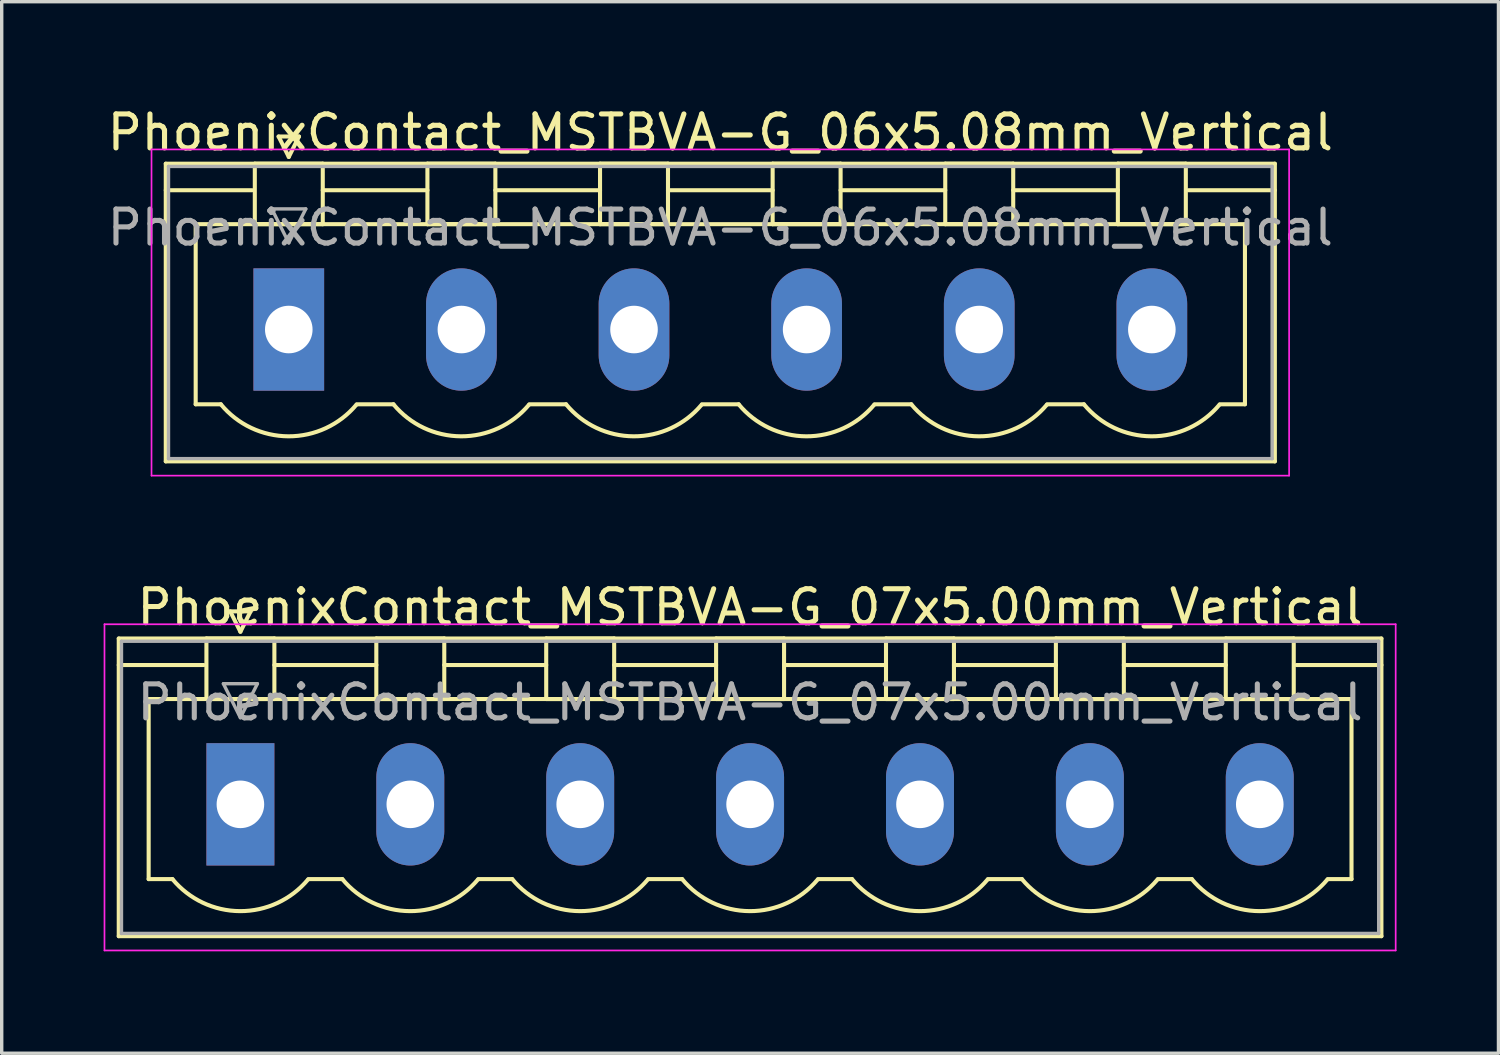
<source format=kicad_pcb>
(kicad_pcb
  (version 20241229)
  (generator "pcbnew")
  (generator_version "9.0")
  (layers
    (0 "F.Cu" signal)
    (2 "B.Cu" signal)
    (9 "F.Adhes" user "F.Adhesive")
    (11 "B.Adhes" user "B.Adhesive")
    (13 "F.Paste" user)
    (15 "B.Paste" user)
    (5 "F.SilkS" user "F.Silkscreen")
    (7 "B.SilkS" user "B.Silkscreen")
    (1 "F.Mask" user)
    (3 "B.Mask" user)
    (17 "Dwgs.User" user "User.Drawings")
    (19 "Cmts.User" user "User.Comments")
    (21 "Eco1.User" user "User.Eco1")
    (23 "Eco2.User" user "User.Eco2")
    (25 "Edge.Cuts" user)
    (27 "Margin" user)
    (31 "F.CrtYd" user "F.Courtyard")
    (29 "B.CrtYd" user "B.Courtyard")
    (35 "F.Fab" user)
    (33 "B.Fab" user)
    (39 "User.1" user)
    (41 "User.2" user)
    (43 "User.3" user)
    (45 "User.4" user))
  (footprint "PhoenixContact_MSTBVA-G_07x5.00mm_Vertical"
    (layer "F.Cu")
    (at 4.025 20.622)
    (property "Reference" "PhoenixContact_MSTBVA-G_07x5.00mm_Vertical" (at 15 -5.8 0) (layer "F.SilkS") (effects (font (size 1 1) (thickness 0.15))))
    (attr through_hole)
    (fp_line (start -3.58 -4.88) (end -3.58 3.88) (stroke (width 0.12) (type solid)) (layer "F.SilkS"))
    (fp_line (start -3.58 -4.1) (end -1.08 -4.1) (stroke (width 0.12) (type solid)) (layer "F.SilkS"))
    (fp_line (start -3.58 3.88) (end 33.58 3.88) (stroke (width 0.12) (type solid)) (layer "F.SilkS"))
    (fp_line (start -2.7 -3.1) (end 32.7 -3.1) (stroke (width 0.12) (type solid)) (layer "F.SilkS"))
    (fp_line (start -2.7 2.2) (end -2.7 -3.1) (stroke (width 0.12) (type solid)) (layer "F.SilkS"))
    (fp_line (start -2 2.2) (end -2.7 2.2) (stroke (width 0.12) (type solid)) (layer "F.SilkS"))
    (fp_line (start -1 -4.88) (end 1 -4.88) (stroke (width 0.12) (type solid)) (layer "F.SilkS"))
    (fp_line (start -1 -3.1) (end -1 -4.88) (stroke (width 0.12) (type solid)) (layer "F.SilkS"))
    (fp_line (start -0.3 -5.68) (end 0.3 -5.68) (stroke (width 0.12) (type solid)) (layer "F.SilkS"))
    (fp_line (start 0 -5.08) (end -0.3 -5.68) (stroke (width 0.12) (type solid)) (layer "F.SilkS"))
    (fp_line (start 0.3 -5.68) (end 0 -5.08) (stroke (width 0.12) (type solid)) (layer "F.SilkS"))
    (fp_line (start 1 -4.88) (end 1 -3.1) (stroke (width 0.12) (type solid)) (layer "F.SilkS"))
    (fp_line (start 1 -4.1) (end 4 -4.1) (stroke (width 0.12) (type solid)) (layer "F.SilkS"))
    (fp_line (start 1 -3.1) (end -1 -3.1) (stroke (width 0.12) (type solid)) (layer "F.SilkS"))
    (fp_line (start 2 2.2) (end 3 2.2) (stroke (width 0.12) (type solid)) (layer "F.SilkS"))
    (fp_line (start 4 -4.88) (end 6 -4.88) (stroke (width 0.12) (type solid)) (layer "F.SilkS"))
    (fp_line (start 4 -3.1) (end 4 -4.88) (stroke (width 0.12) (type solid)) (layer "F.SilkS"))
    (fp_line (start 6 -4.88) (end 6 -3.1) (stroke (width 0.12) (type solid)) (layer "F.SilkS"))
    (fp_line (start 6 -4.1) (end 9 -4.1) (stroke (width 0.12) (type solid)) (layer "F.SilkS"))
    (fp_line (start 6 -3.1) (end 4 -3.1) (stroke (width 0.12) (type solid)) (layer "F.SilkS"))
    (fp_line (start 7 2.2) (end 8 2.2) (stroke (width 0.12) (type solid)) (layer "F.SilkS"))
    (fp_line (start 9 -4.88) (end 11 -4.88) (stroke (width 0.12) (type solid)) (layer "F.SilkS"))
    (fp_line (start 9 -3.1) (end 9 -4.88) (stroke (width 0.12) (type solid)) (layer "F.SilkS"))
    (fp_line (start 11 -4.88) (end 11 -3.1) (stroke (width 0.12) (type solid)) (layer "F.SilkS"))
    (fp_line (start 11 -4.1) (end 14 -4.1) (stroke (width 0.12) (type solid)) (layer "F.SilkS"))
    (fp_line (start 11 -3.1) (end 9 -3.1) (stroke (width 0.12) (type solid)) (layer "F.SilkS"))
    (fp_line (start 12 2.2) (end 13 2.2) (stroke (width 0.12) (type solid)) (layer "F.SilkS"))
    (fp_line (start 14 -4.88) (end 16 -4.88) (stroke (width 0.12) (type solid)) (layer "F.SilkS"))
    (fp_line (start 14 -3.1) (end 14 -4.88) (stroke (width 0.12) (type solid)) (layer "F.SilkS"))
    (fp_line (start 16 -4.88) (end 16 -3.1) (stroke (width 0.12) (type solid)) (layer "F.SilkS"))
    (fp_line (start 16 -4.1) (end 19 -4.1) (stroke (width 0.12) (type solid)) (layer "F.SilkS"))
    (fp_line (start 16 -3.1) (end 14 -3.1) (stroke (width 0.12) (type solid)) (layer "F.SilkS"))
    (fp_line (start 17 2.2) (end 18 2.2) (stroke (width 0.12) (type solid)) (layer "F.SilkS"))
    (fp_line (start 19 -4.88) (end 21 -4.88) (stroke (width 0.12) (type solid)) (layer "F.SilkS"))
    (fp_line (start 19 -3.1) (end 19 -4.88) (stroke (width 0.12) (type solid)) (layer "F.SilkS"))
    (fp_line (start 21 -4.88) (end 21 -3.1) (stroke (width 0.12) (type solid)) (layer "F.SilkS"))
    (fp_line (start 21 -4.1) (end 24 -4.1) (stroke (width 0.12) (type solid)) (layer "F.SilkS"))
    (fp_line (start 21 -3.1) (end 19 -3.1) (stroke (width 0.12) (type solid)) (layer "F.SilkS"))
    (fp_line (start 22 2.2) (end 23 2.2) (stroke (width 0.12) (type solid)) (layer "F.SilkS"))
    (fp_line (start 24 -4.88) (end 26 -4.88) (stroke (width 0.12) (type solid)) (layer "F.SilkS"))
    (fp_line (start 24 -3.1) (end 24 -4.88) (stroke (width 0.12) (type solid)) (layer "F.SilkS"))
    (fp_line (start 26 -4.88) (end 26 -3.1) (stroke (width 0.12) (type solid)) (layer "F.SilkS"))
    (fp_line (start 26 -4.1) (end 29 -4.1) (stroke (width 0.12) (type solid)) (layer "F.SilkS"))
    (fp_line (start 26 -3.1) (end 24 -3.1) (stroke (width 0.12) (type solid)) (layer "F.SilkS"))
    (fp_line (start 27 2.2) (end 28 2.2) (stroke (width 0.12) (type solid)) (layer "F.SilkS"))
    (fp_line (start 29 -4.88) (end 31 -4.88) (stroke (width 0.12) (type solid)) (layer "F.SilkS"))
    (fp_line (start 29 -3.1) (end 29 -4.88) (stroke (width 0.12) (type solid)) (layer "F.SilkS"))
    (fp_line (start 31 -4.88) (end 31 -3.1) (stroke (width 0.12) (type solid)) (layer "F.SilkS"))
    (fp_line (start 31 -3.1) (end 29 -3.1) (stroke (width 0.12) (type solid)) (layer "F.SilkS"))
    (fp_line (start 32.7 -3.1) (end 32.7 2.2) (stroke (width 0.12) (type solid)) (layer "F.SilkS"))
    (fp_line (start 32.7 2.2) (end 32 2.2) (stroke (width 0.12) (type solid)) (layer "F.SilkS"))
    (fp_line (start 33.58 -4.88) (end -3.58 -4.88) (stroke (width 0.12) (type solid)) (layer "F.SilkS"))
    (fp_line (start 33.58 -4.1) (end 31.08 -4.1) (stroke (width 0.12) (type solid)) (layer "F.SilkS"))
    (fp_line (start 33.58 3.88) (end 33.58 -4.88) (stroke (width 0.12) (type solid)) (layer "F.SilkS"))
    (fp_arc (start 1.986842 2.215821) (mid -0.010289 3.142758) (end -2 2.2) (stroke (width 0.12) (type solid)) (layer "F.SilkS"))
    (fp_arc (start 6.986842 2.215821) (mid 4.989711 3.142758) (end 3 2.2) (stroke (width 0.12) (type solid)) (layer "F.SilkS"))
    (fp_arc (start 11.986842 2.215821) (mid 9.989711 3.142758) (end 8 2.2) (stroke (width 0.12) (type solid)) (layer "F.SilkS"))
    (fp_arc (start 16.986842 2.215821) (mid 14.989711 3.142758) (end 13 2.2) (stroke (width 0.12) (type solid)) (layer "F.SilkS"))
    (fp_arc (start 21.986842 2.215821) (mid 19.989711 3.142758) (end 18 2.2) (stroke (width 0.12) (type solid)) (layer "F.SilkS"))
    (fp_arc (start 26.986842 2.215821) (mid 24.989711 3.142758) (end 23 2.2) (stroke (width 0.12) (type solid)) (layer "F.SilkS"))
    (fp_arc (start 31.986842 2.215821) (mid 29.989711 3.142758) (end 28 2.2) (stroke (width 0.12) (type solid)) (layer "F.SilkS"))
    (fp_line (start -4 -5.3) (end -4 4.3) (stroke (width 0.05) (type solid)) (layer "F.CrtYd"))
    (fp_line (start -4 4.3) (end 34 4.3) (stroke (width 0.05) (type solid)) (layer "F.CrtYd"))
    (fp_line (start 34 -5.3) (end -4 -5.3) (stroke (width 0.05) (type solid)) (layer "F.CrtYd"))
    (fp_line (start 34 4.3) (end 34 -5.3) (stroke (width 0.05) (type solid)) (layer "F.CrtYd"))
    (fp_line (start -3.5 -4.8) (end -3.5 3.8) (stroke (width 0.1) (type solid)) (layer "F.Fab"))
    (fp_line (start -3.5 3.8) (end 33.5 3.8) (stroke (width 0.1) (type solid)) (layer "F.Fab"))
    (fp_line (start -0.5 -3.55) (end 0.5 -3.55) (stroke (width 0.1) (type solid)) (layer "F.Fab"))
    (fp_line (start 0 -2.55) (end -0.5 -3.55) (stroke (width 0.1) (type solid)) (layer "F.Fab"))
    (fp_line (start 0.5 -3.55) (end 0 -2.55) (stroke (width 0.1) (type solid)) (layer "F.Fab"))
    (fp_line (start 33.5 -4.8) (end -3.5 -4.8) (stroke (width 0.1) (type solid)) (layer "F.Fab"))
    (fp_line (start 33.5 3.8) (end 33.5 -4.8) (stroke (width 0.1) (type solid)) (layer "F.Fab"))
    (fp_text user "${REFERENCE}" (at 15 -3 0) (layer "F.Fab") (effects (font (size 1 1) (thickness 0.15))))
    (pad "1" thru_hole rect (at 0 0) (size 2 3.6) (drill 1.4) (layers "*.Cu" "*.Mask"))
    (pad "2" thru_hole oval (at 5 0) (size 2 3.6) (drill 1.4) (layers "*.Cu" "*.Mask"))
    (pad "3" thru_hole oval (at 10 0) (size 2 3.6) (drill 1.4) (layers "*.Cu" "*.Mask"))
    (pad "4" thru_hole oval (at 15 0) (size 2 3.6) (drill 1.4) (layers "*.Cu" "*.Mask"))
    (pad "5" thru_hole oval (at 20 0) (size 2 3.6) (drill 1.4) (layers "*.Cu" "*.Mask"))
    (pad "6" thru_hole oval (at 25 0) (size 2 3.6) (drill 1.4) (layers "*.Cu" "*.Mask"))
    (pad "7" thru_hole oval (at 30 0) (size 2 3.6) (drill 1.4) (layers "*.Cu" "*.Mask")))
  (footprint "PhoenixContact_MSTBVA-G_06x5.08mm_Vertical"
    (layer "F.Cu")
    (at 5.449 6.648)
    (property "Reference" "PhoenixContact_MSTBVA-G_06x5.08mm_Vertical" (at 12.7 -5.8 0) (layer "F.SilkS") (effects (font (size 1 1) (thickness 0.15))))
    (attr through_hole)
    (fp_line (start -3.62 -4.88) (end -3.62 3.88) (stroke (width 0.12) (type solid)) (layer "F.SilkS"))
    (fp_line (start -3.62 -4.1) (end -1.08 -4.1) (stroke (width 0.12) (type solid)) (layer "F.SilkS"))
    (fp_line (start -3.62 3.88) (end 29.02 3.88) (stroke (width 0.12) (type solid)) (layer "F.SilkS"))
    (fp_line (start -2.74 -3.1) (end 28.14 -3.1) (stroke (width 0.12) (type solid)) (layer "F.SilkS"))
    (fp_line (start -2.74 2.2) (end -2.74 -3.1) (stroke (width 0.12) (type solid)) (layer "F.SilkS"))
    (fp_line (start -2 2.2) (end -2.74 2.2) (stroke (width 0.12) (type solid)) (layer "F.SilkS"))
    (fp_line (start -1 -4.88) (end 1 -4.88) (stroke (width 0.12) (type solid)) (layer "F.SilkS"))
    (fp_line (start -1 -3.1) (end -1 -4.88) (stroke (width 0.12) (type solid)) (layer "F.SilkS"))
    (fp_line (start -0.3 -5.68) (end 0.3 -5.68) (stroke (width 0.12) (type solid)) (layer "F.SilkS"))
    (fp_line (start 0 -5.08) (end -0.3 -5.68) (stroke (width 0.12) (type solid)) (layer "F.SilkS"))
    (fp_line (start 0.3 -5.68) (end 0 -5.08) (stroke (width 0.12) (type solid)) (layer "F.SilkS"))
    (fp_line (start 1 -4.88) (end 1 -3.1) (stroke (width 0.12) (type solid)) (layer "F.SilkS"))
    (fp_line (start 1 -4.1) (end 4.08 -4.1) (stroke (width 0.12) (type solid)) (layer "F.SilkS"))
    (fp_line (start 1 -3.1) (end -1 -3.1) (stroke (width 0.12) (type solid)) (layer "F.SilkS"))
    (fp_line (start 2 2.2) (end 3.08 2.2) (stroke (width 0.12) (type solid)) (layer "F.SilkS"))
    (fp_line (start 4.08 -4.88) (end 6.08 -4.88) (stroke (width 0.12) (type solid)) (layer "F.SilkS"))
    (fp_line (start 4.08 -3.1) (end 4.08 -4.88) (stroke (width 0.12) (type solid)) (layer "F.SilkS"))
    (fp_line (start 6.08 -4.88) (end 6.08 -3.1) (stroke (width 0.12) (type solid)) (layer "F.SilkS"))
    (fp_line (start 6.08 -4.1) (end 9.16 -4.1) (stroke (width 0.12) (type solid)) (layer "F.SilkS"))
    (fp_line (start 6.08 -3.1) (end 4.08 -3.1) (stroke (width 0.12) (type solid)) (layer "F.SilkS"))
    (fp_line (start 7.08 2.2) (end 8.16 2.2) (stroke (width 0.12) (type solid)) (layer "F.SilkS"))
    (fp_line (start 9.16 -4.88) (end 11.16 -4.88) (stroke (width 0.12) (type solid)) (layer "F.SilkS"))
    (fp_line (start 9.16 -3.1) (end 9.16 -4.88) (stroke (width 0.12) (type solid)) (layer "F.SilkS"))
    (fp_line (start 11.16 -4.88) (end 11.16 -3.1) (stroke (width 0.12) (type solid)) (layer "F.SilkS"))
    (fp_line (start 11.16 -4.1) (end 14.24 -4.1) (stroke (width 0.12) (type solid)) (layer "F.SilkS"))
    (fp_line (start 11.16 -3.1) (end 9.16 -3.1) (stroke (width 0.12) (type solid)) (layer "F.SilkS"))
    (fp_line (start 12.16 2.2) (end 13.24 2.2) (stroke (width 0.12) (type solid)) (layer "F.SilkS"))
    (fp_line (start 14.24 -4.88) (end 16.24 -4.88) (stroke (width 0.12) (type solid)) (layer "F.SilkS"))
    (fp_line (start 14.24 -3.1) (end 14.24 -4.88) (stroke (width 0.12) (type solid)) (layer "F.SilkS"))
    (fp_line (start 16.24 -4.88) (end 16.24 -3.1) (stroke (width 0.12) (type solid)) (layer "F.SilkS"))
    (fp_line (start 16.24 -4.1) (end 19.32 -4.1) (stroke (width 0.12) (type solid)) (layer "F.SilkS"))
    (fp_line (start 16.24 -3.1) (end 14.24 -3.1) (stroke (width 0.12) (type solid)) (layer "F.SilkS"))
    (fp_line (start 17.24 2.2) (end 18.32 2.2) (stroke (width 0.12) (type solid)) (layer "F.SilkS"))
    (fp_line (start 19.32 -4.88) (end 21.32 -4.88) (stroke (width 0.12) (type solid)) (layer "F.SilkS"))
    (fp_line (start 19.32 -3.1) (end 19.32 -4.88) (stroke (width 0.12) (type solid)) (layer "F.SilkS"))
    (fp_line (start 21.32 -4.88) (end 21.32 -3.1) (stroke (width 0.12) (type solid)) (layer "F.SilkS"))
    (fp_line (start 21.32 -4.1) (end 24.4 -4.1) (stroke (width 0.12) (type solid)) (layer "F.SilkS"))
    (fp_line (start 21.32 -3.1) (end 19.32 -3.1) (stroke (width 0.12) (type solid)) (layer "F.SilkS"))
    (fp_line (start 22.32 2.2) (end 23.4 2.2) (stroke (width 0.12) (type solid)) (layer "F.SilkS"))
    (fp_line (start 24.4 -4.88) (end 26.4 -4.88) (stroke (width 0.12) (type solid)) (layer "F.SilkS"))
    (fp_line (start 24.4 -3.1) (end 24.4 -4.88) (stroke (width 0.12) (type solid)) (layer "F.SilkS"))
    (fp_line (start 26.4 -4.88) (end 26.4 -3.1) (stroke (width 0.12) (type solid)) (layer "F.SilkS"))
    (fp_line (start 26.4 -3.1) (end 24.4 -3.1) (stroke (width 0.12) (type solid)) (layer "F.SilkS"))
    (fp_line (start 28.14 -3.1) (end 28.14 2.2) (stroke (width 0.12) (type solid)) (layer "F.SilkS"))
    (fp_line (start 28.14 2.2) (end 27.4 2.2) (stroke (width 0.12) (type solid)) (layer "F.SilkS"))
    (fp_line (start 29.02 -4.88) (end -3.62 -4.88) (stroke (width 0.12) (type solid)) (layer "F.SilkS"))
    (fp_line (start 29.02 -4.1) (end 26.48 -4.1) (stroke (width 0.12) (type solid)) (layer "F.SilkS"))
    (fp_line (start 29.02 3.88) (end 29.02 -4.88) (stroke (width 0.12) (type solid)) (layer "F.SilkS"))
    (fp_arc (start 1.986842 2.215821) (mid -0.010289 3.142758) (end -2 2.2) (stroke (width 0.12) (type solid)) (layer "F.SilkS"))
    (fp_arc (start 7.066842 2.215821) (mid 5.069711 3.142758) (end 3.08 2.2) (stroke (width 0.12) (type solid)) (layer "F.SilkS"))
    (fp_arc (start 12.146842 2.215821) (mid 10.149711 3.142758) (end 8.16 2.2) (stroke (width 0.12) (type solid)) (layer "F.SilkS"))
    (fp_arc (start 17.226842 2.215821) (mid 15.229711 3.142758) (end 13.24 2.2) (stroke (width 0.12) (type solid)) (layer "F.SilkS"))
    (fp_arc (start 22.306842 2.215821) (mid 20.309711 3.142758) (end 18.32 2.2) (stroke (width 0.12) (type solid)) (layer "F.SilkS"))
    (fp_arc (start 27.386842 2.215821) (mid 25.389711 3.142758) (end 23.4 2.2) (stroke (width 0.12) (type solid)) (layer "F.SilkS"))
    (fp_line (start -4.04 -5.3) (end -4.04 4.3) (stroke (width 0.05) (type solid)) (layer "F.CrtYd"))
    (fp_line (start -4.04 4.3) (end 29.44 4.3) (stroke (width 0.05) (type solid)) (layer "F.CrtYd"))
    (fp_line (start 29.44 -5.3) (end -4.04 -5.3) (stroke (width 0.05) (type solid)) (layer "F.CrtYd"))
    (fp_line (start 29.44 4.3) (end 29.44 -5.3) (stroke (width 0.05) (type solid)) (layer "F.CrtYd"))
    (fp_line (start -3.54 -4.8) (end -3.54 3.8) (stroke (width 0.1) (type solid)) (layer "F.Fab"))
    (fp_line (start -3.54 3.8) (end 28.94 3.8) (stroke (width 0.1) (type solid)) (layer "F.Fab"))
    (fp_line (start -0.5 -3.55) (end 0.5 -3.55) (stroke (width 0.1) (type solid)) (layer "F.Fab"))
    (fp_line (start 0 -2.55) (end -0.5 -3.55) (stroke (width 0.1) (type solid)) (layer "F.Fab"))
    (fp_line (start 0.5 -3.55) (end 0 -2.55) (stroke (width 0.1) (type solid)) (layer "F.Fab"))
    (fp_line (start 28.94 -4.8) (end -3.54 -4.8) (stroke (width 0.1) (type solid)) (layer "F.Fab"))
    (fp_line (start 28.94 3.8) (end 28.94 -4.8) (stroke (width 0.1) (type solid)) (layer "F.Fab"))
    (fp_text user "${REFERENCE}" (at 12.7 -3 0) (layer "F.Fab") (effects (font (size 1 1) (thickness 0.15))))
    (pad "1" thru_hole rect (at 0 0) (size 2.08 3.6) (drill 1.4) (layers "*.Cu" "*.Mask"))
    (pad "2" thru_hole oval (at 5.08 0) (size 2.08 3.6) (drill 1.4) (layers "*.Cu" "*.Mask"))
    (pad "3" thru_hole oval (at 10.16 0) (size 2.08 3.6) (drill 1.4) (layers "*.Cu" "*.Mask"))
    (pad "4" thru_hole oval (at 15.24 0) (size 2.08 3.6) (drill 1.4) (layers "*.Cu" "*.Mask"))
    (pad "5" thru_hole oval (at 20.32 0) (size 2.08 3.6) (drill 1.4) (layers "*.Cu" "*.Mask"))
    (pad "6" thru_hole oval (at 25.4 0) (size 2.08 3.6) (drill 1.4) (layers "*.Cu" "*.Mask")))
  (gr_rect
    (start -3 -3)
    (end 41.05 27.947)
    (stroke (width 0.1) (type default))
    (fill no)
    (layer "Edge.Cuts")))
</source>
